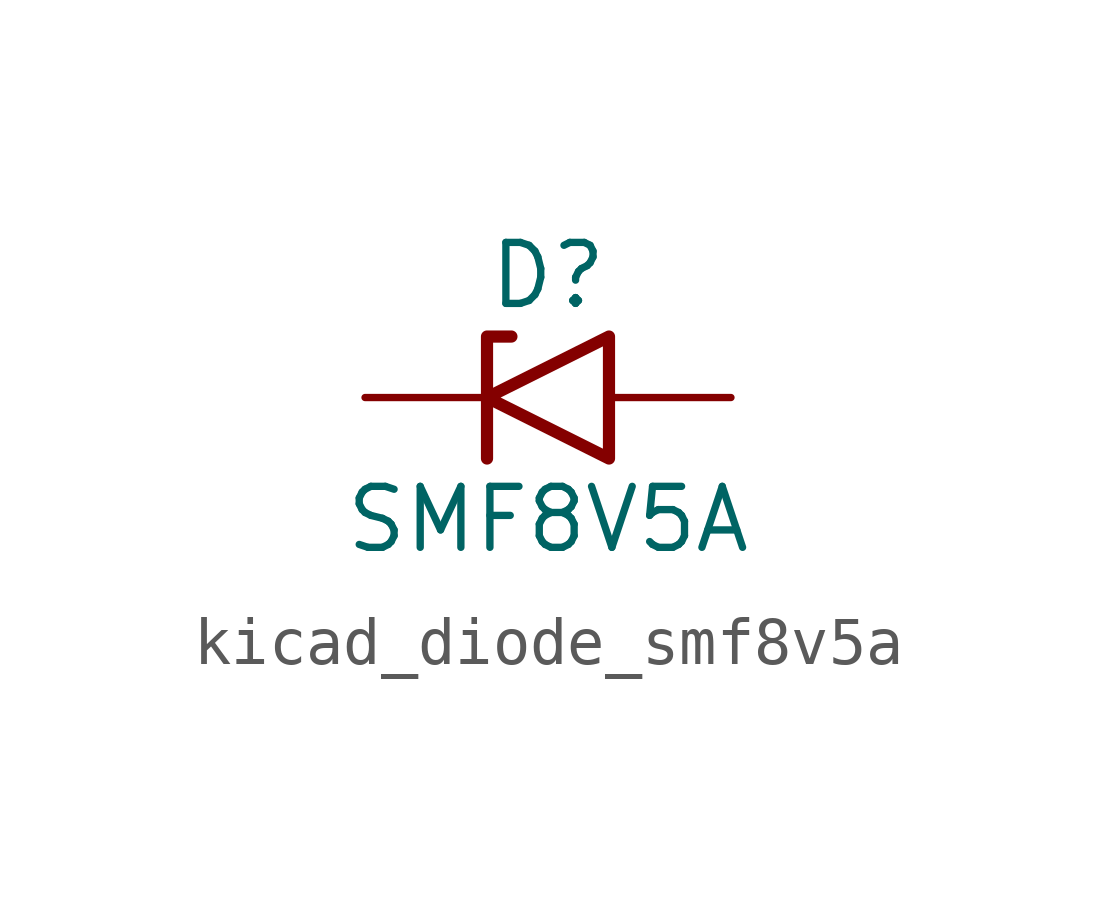
<source format=kicad_sym>
(kicad_symbol_lib
  (version 20220914)
  (generator kicad_symbol_editor)
  (symbol "kicad_diode_smf8v5a"
    (pin_numbers hide)
    (pin_names
      (offset 1.016) hide)
    (property "Reference" "D"
      (at 0 2.54 0)
      (effects (font (size 1.27 1.27))))
    (property "Value" "SMF8V5A"
      (at 0 -2.54 0)
      (effects (font (size 1.27 1.27))))
    (symbol "kicad_diode_smf8v5a_0_1"
      (polyline (pts (xy -0.762 1.27) (xy -1.27 1.27) (xy -1.27 -1.27)) (stroke (width 0.254) (type default)) (fill (type none)))
      (polyline (pts (xy 1.27 1.27) (xy 1.27 -1.27) (xy -1.27 0) (xy 1.27 1.27)) (stroke (width 0.254) (type default)) (fill (type none))))
    (symbol "kicad_diode_smf8v5a_1_1"
      (pin passive line (at -3.81 0 0) (length 2.54) (name "A1" (effects (font (size 1.27 1.27)))) (number "1" (effects (font (size 1.27 1.27)))))
      (pin passive line (at 3.81 0 180) (length 2.54) (name "A2" (effects (font (size 1.27 1.27)))) (number "2" (effects (font (size 1.27 1.27))))))))
</source>
